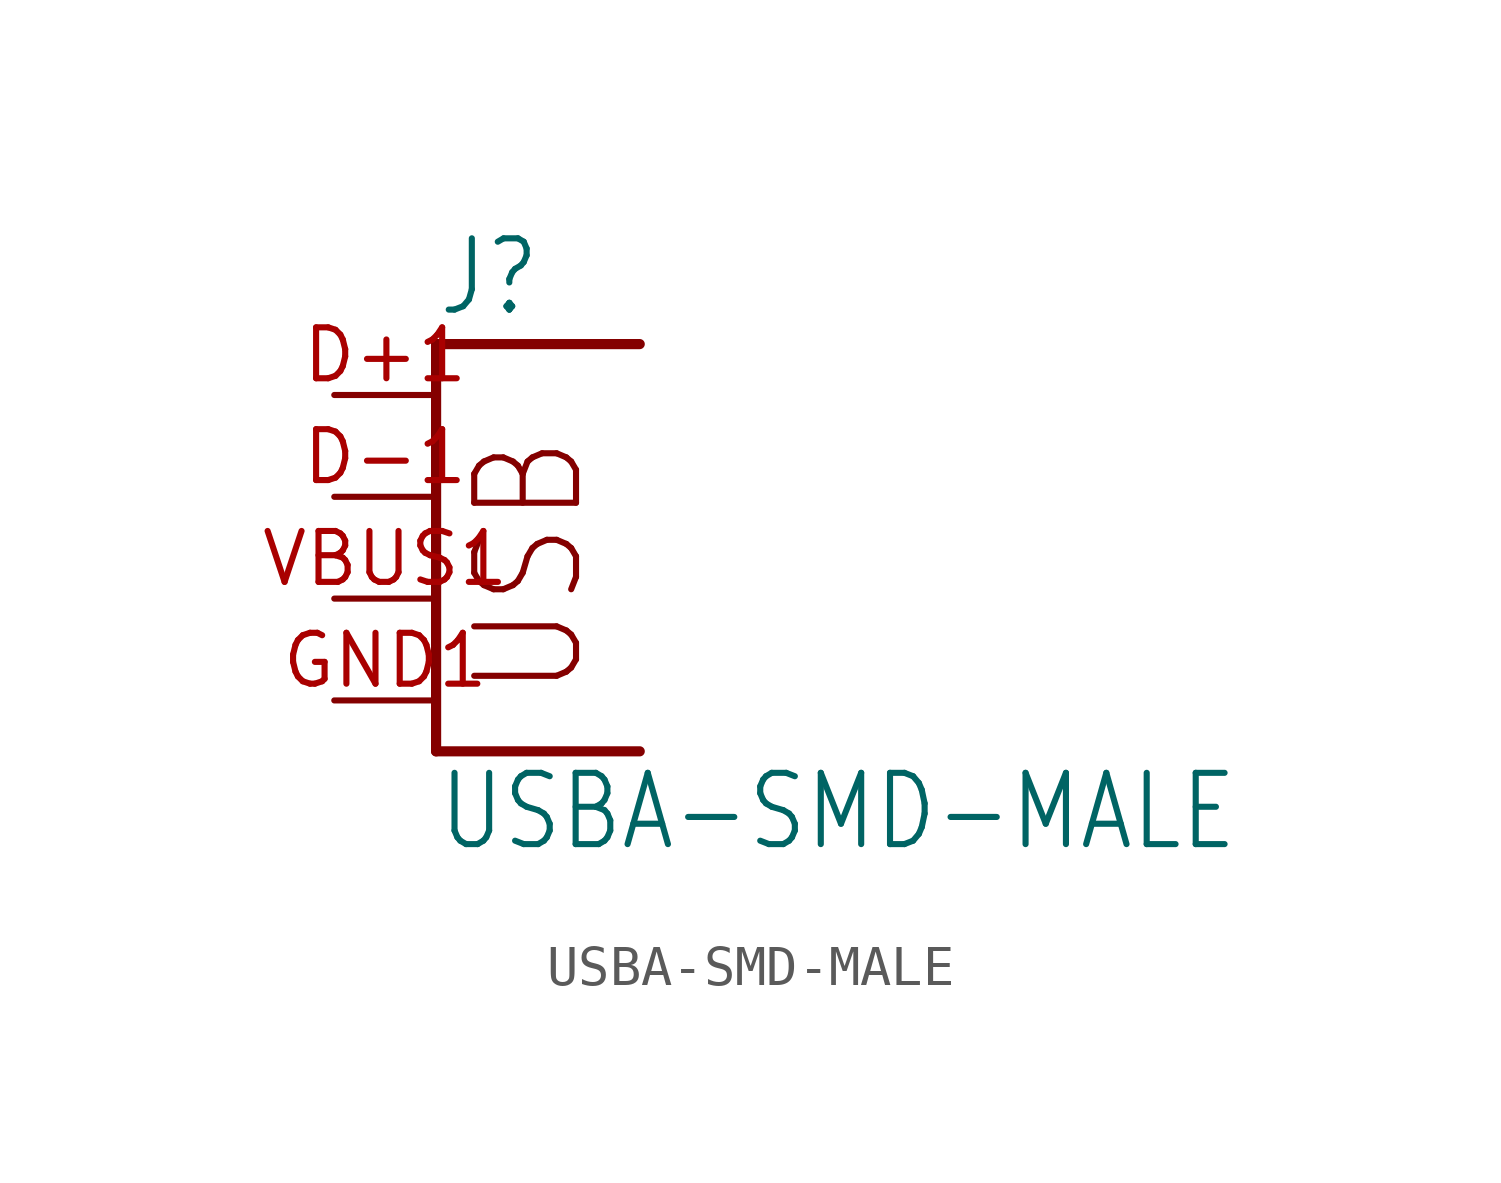
<source format=kicad_sym>
(kicad_symbol_lib
  (version 20211014)
  (generator kicad_symbol_editor)
  (symbol "USBA-SMD-MALE"
    (property "Reference" "J"
      (at 0 9.525 0)
      (effects (font (size 1.778 1.511)) (justify left bottom)))
    (property "Value" "USBA-SMD-MALE"
      (at 0 -3.81 0)
      (effects (font (size 1.778 1.511)) (justify left bottom)))
    (property "ki_locked" ""
      (at 0 0 0)
      (effects (font (size 1.27 1.27))))
    (symbol "USBA-SMD-MALE_1_0"
      (polyline (pts (xy 0 -1.27) (xy 5.08 -1.27)) (stroke (width 0.254) (type default) (color 0 0 0 0)) (fill (type none)))
      (polyline (pts (xy 0 8.89) (xy 0 -1.27)) (stroke (width 0.254) (type default) (color 0 0 0 0)) (fill (type none)))
      (polyline (pts (xy 5.08 8.89) (xy 0 8.89)) (stroke (width 0.254) (type default) (color 0 0 0 0)) (fill (type none)))
      (text "USB" (at 3.81 0 900) (effects (font (size 2.54 2.159)) (justify left bottom)))
      (pin bidirectional line (at -2.54 7.62 0) (length 2.54) (name "D+" (effects (font (size 0 0)))) (number "D+1" (effects (font (size 1.27 1.27)))))
      (pin bidirectional line (at -2.54 5.08 0) (length 2.54) (name "D-" (effects (font (size 0 0)))) (number "D-1" (effects (font (size 1.27 1.27)))))
      (pin bidirectional line (at -2.54 0 0) (length 2.54) (name "GND" (effects (font (size 0 0)))) (number "GND1" (effects (font (size 1.27 1.27)))))
      (pin bidirectional line (at -2.54 2.54 0) (length 2.54) (name "VBUS" (effects (font (size 0 0)))) (number "VBUS1" (effects (font (size 1.27 1.27))))))))
</source>
